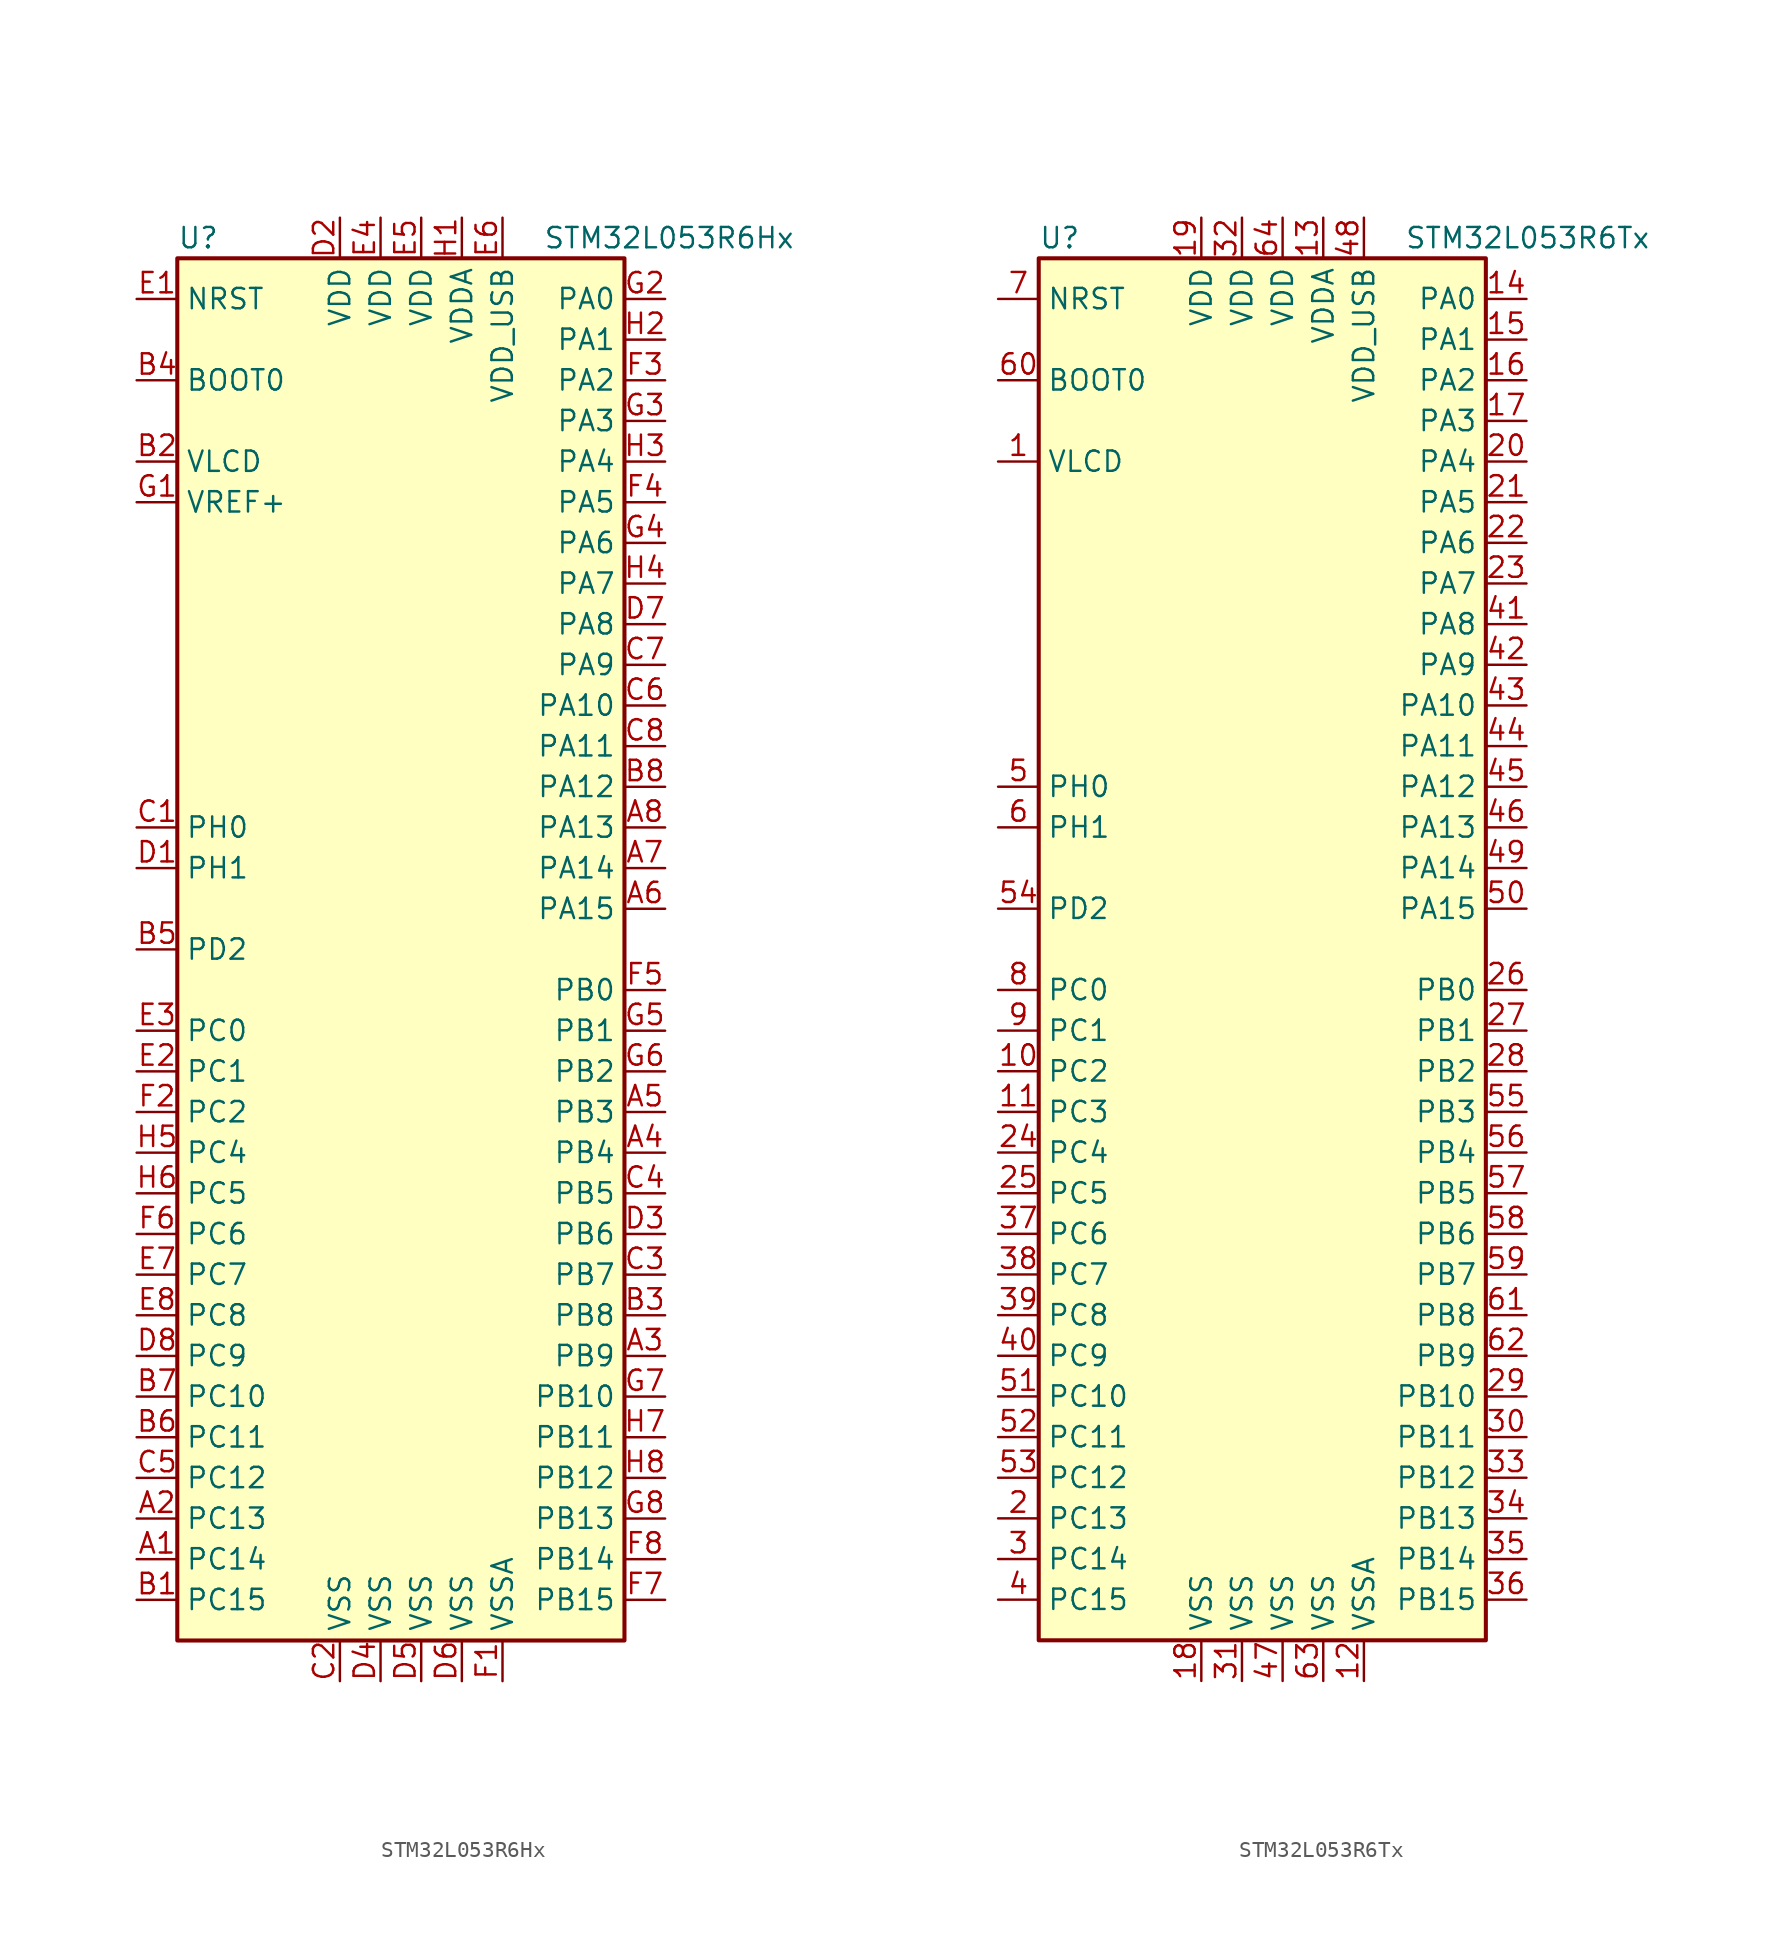
<source format=kicad_sym>
(kicad_symbol_lib
  (version 20211014)
  (generator kicad_symbol_editor)
  (symbol "STM32L053R6Hx"
    (property "Reference" "U"
      (at -15.24 44.45 0)
      (effects (font (size 1.27 1.27)) (justify left)))
    (property "Value" "STM32L053R6Hx"
      (at 7.62 44.45 0)
      (effects (font (size 1.27 1.27)) (justify left)))
    (symbol "STM32L053R6Hx_0_1"
      (rectangle (start -15.24 -43.18) (end 12.7 43.18) (stroke (width 0.254) (type default) (color 0 0 0 0)) (fill (type background))))
    (symbol "STM32L053R6Hx_1_1"
      (pin bidirectional line (at -17.78 -38.1 0) (length 2.54) (name "PC14" (effects (font (size 1.27 1.27)))) (number "A1" (effects (font (size 1.27 1.27)))))
      (pin bidirectional line (at -17.78 -35.56 0) (length 2.54) (name "PC13" (effects (font (size 1.27 1.27)))) (number "A2" (effects (font (size 1.27 1.27)))))
      (pin bidirectional line (at 15.24 -25.4 180) (length 2.54) (name "PB9" (effects (font (size 1.27 1.27)))) (number "A3" (effects (font (size 1.27 1.27)))))
      (pin bidirectional line (at 15.24 -12.7 180) (length 2.54) (name "PB4" (effects (font (size 1.27 1.27)))) (number "A4" (effects (font (size 1.27 1.27)))))
      (pin bidirectional line (at 15.24 -10.16 180) (length 2.54) (name "PB3" (effects (font (size 1.27 1.27)))) (number "A5" (effects (font (size 1.27 1.27)))))
      (pin bidirectional line (at 15.24 2.54 180) (length 2.54) (name "PA15" (effects (font (size 1.27 1.27)))) (number "A6" (effects (font (size 1.27 1.27)))))
      (pin bidirectional line (at 15.24 5.08 180) (length 2.54) (name "PA14" (effects (font (size 1.27 1.27)))) (number "A7" (effects (font (size 1.27 1.27)))))
      (pin bidirectional line (at 15.24 7.62 180) (length 2.54) (name "PA13" (effects (font (size 1.27 1.27)))) (number "A8" (effects (font (size 1.27 1.27)))))
      (pin bidirectional line (at -17.78 -40.64 0) (length 2.54) (name "PC15" (effects (font (size 1.27 1.27)))) (number "B1" (effects (font (size 1.27 1.27)))))
      (pin power_in line (at -17.78 30.48 0) (length 2.54) (name "VLCD" (effects (font (size 1.27 1.27)))) (number "B2" (effects (font (size 1.27 1.27)))))
      (pin bidirectional line (at 15.24 -22.86 180) (length 2.54) (name "PB8" (effects (font (size 1.27 1.27)))) (number "B3" (effects (font (size 1.27 1.27)))))
      (pin input line (at -17.78 35.56 0) (length 2.54) (name "BOOT0" (effects (font (size 1.27 1.27)))) (number "B4" (effects (font (size 1.27 1.27)))))
      (pin bidirectional line (at -17.78 0 0) (length 2.54) (name "PD2" (effects (font (size 1.27 1.27)))) (number "B5" (effects (font (size 1.27 1.27)))))
      (pin bidirectional line (at -17.78 -30.48 0) (length 2.54) (name "PC11" (effects (font (size 1.27 1.27)))) (number "B6" (effects (font (size 1.27 1.27)))))
      (pin bidirectional line (at -17.78 -27.94 0) (length 2.54) (name "PC10" (effects (font (size 1.27 1.27)))) (number "B7" (effects (font (size 1.27 1.27)))))
      (pin bidirectional line (at 15.24 10.16 180) (length 2.54) (name "PA12" (effects (font (size 1.27 1.27)))) (number "B8" (effects (font (size 1.27 1.27)))))
      (pin input line (at -17.78 7.62 0) (length 2.54) (name "PH0" (effects (font (size 1.27 1.27)))) (number "C1" (effects (font (size 1.27 1.27)))))
      (pin power_in line (at -5.08 -45.72 90) (length 2.54) (name "VSS" (effects (font (size 1.27 1.27)))) (number "C2" (effects (font (size 1.27 1.27)))))
      (pin bidirectional line (at 15.24 -20.32 180) (length 2.54) (name "PB7" (effects (font (size 1.27 1.27)))) (number "C3" (effects (font (size 1.27 1.27)))))
      (pin bidirectional line (at 15.24 -15.24 180) (length 2.54) (name "PB5" (effects (font (size 1.27 1.27)))) (number "C4" (effects (font (size 1.27 1.27)))))
      (pin bidirectional line (at -17.78 -33.02 0) (length 2.54) (name "PC12" (effects (font (size 1.27 1.27)))) (number "C5" (effects (font (size 1.27 1.27)))))
      (pin bidirectional line (at 15.24 15.24 180) (length 2.54) (name "PA10" (effects (font (size 1.27 1.27)))) (number "C6" (effects (font (size 1.27 1.27)))))
      (pin bidirectional line (at 15.24 17.78 180) (length 2.54) (name "PA9" (effects (font (size 1.27 1.27)))) (number "C7" (effects (font (size 1.27 1.27)))))
      (pin bidirectional line (at 15.24 12.7 180) (length 2.54) (name "PA11" (effects (font (size 1.27 1.27)))) (number "C8" (effects (font (size 1.27 1.27)))))
      (pin input line (at -17.78 5.08 0) (length 2.54) (name "PH1" (effects (font (size 1.27 1.27)))) (number "D1" (effects (font (size 1.27 1.27)))))
      (pin power_in line (at -5.08 45.72 270) (length 2.54) (name "VDD" (effects (font (size 1.27 1.27)))) (number "D2" (effects (font (size 1.27 1.27)))))
      (pin bidirectional line (at 15.24 -17.78 180) (length 2.54) (name "PB6" (effects (font (size 1.27 1.27)))) (number "D3" (effects (font (size 1.27 1.27)))))
      (pin power_in line (at -2.54 -45.72 90) (length 2.54) (name "VSS" (effects (font (size 1.27 1.27)))) (number "D4" (effects (font (size 1.27 1.27)))))
      (pin power_in line (at 0 -45.72 90) (length 2.54) (name "VSS" (effects (font (size 1.27 1.27)))) (number "D5" (effects (font (size 1.27 1.27)))))
      (pin power_in line (at 2.54 -45.72 90) (length 2.54) (name "VSS" (effects (font (size 1.27 1.27)))) (number "D6" (effects (font (size 1.27 1.27)))))
      (pin bidirectional line (at 15.24 20.32 180) (length 2.54) (name "PA8" (effects (font (size 1.27 1.27)))) (number "D7" (effects (font (size 1.27 1.27)))))
      (pin bidirectional line (at -17.78 -25.4 0) (length 2.54) (name "PC9" (effects (font (size 1.27 1.27)))) (number "D8" (effects (font (size 1.27 1.27)))))
      (pin input line (at -17.78 40.64 0) (length 2.54) (name "NRST" (effects (font (size 1.27 1.27)))) (number "E1" (effects (font (size 1.27 1.27)))))
      (pin bidirectional line (at -17.78 -7.62 0) (length 2.54) (name "PC1" (effects (font (size 1.27 1.27)))) (number "E2" (effects (font (size 1.27 1.27)))))
      (pin bidirectional line (at -17.78 -5.08 0) (length 2.54) (name "PC0" (effects (font (size 1.27 1.27)))) (number "E3" (effects (font (size 1.27 1.27)))))
      (pin power_in line (at -2.54 45.72 270) (length 2.54) (name "VDD" (effects (font (size 1.27 1.27)))) (number "E4" (effects (font (size 1.27 1.27)))))
      (pin power_in line (at 0 45.72 270) (length 2.54) (name "VDD" (effects (font (size 1.27 1.27)))) (number "E5" (effects (font (size 1.27 1.27)))))
      (pin power_in line (at 5.08 45.72 270) (length 2.54) (name "VDD_USB" (effects (font (size 1.27 1.27)))) (number "E6" (effects (font (size 1.27 1.27)))))
      (pin bidirectional line (at -17.78 -20.32 0) (length 2.54) (name "PC7" (effects (font (size 1.27 1.27)))) (number "E7" (effects (font (size 1.27 1.27)))))
      (pin bidirectional line (at -17.78 -22.86 0) (length 2.54) (name "PC8" (effects (font (size 1.27 1.27)))) (number "E8" (effects (font (size 1.27 1.27)))))
      (pin power_in line (at 5.08 -45.72 90) (length 2.54) (name "VSSA" (effects (font (size 1.27 1.27)))) (number "F1" (effects (font (size 1.27 1.27)))))
      (pin bidirectional line (at -17.78 -10.16 0) (length 2.54) (name "PC2" (effects (font (size 1.27 1.27)))) (number "F2" (effects (font (size 1.27 1.27)))))
      (pin bidirectional line (at 15.24 35.56 180) (length 2.54) (name "PA2" (effects (font (size 1.27 1.27)))) (number "F3" (effects (font (size 1.27 1.27)))))
      (pin bidirectional line (at 15.24 27.94 180) (length 2.54) (name "PA5" (effects (font (size 1.27 1.27)))) (number "F4" (effects (font (size 1.27 1.27)))))
      (pin bidirectional line (at 15.24 -2.54 180) (length 2.54) (name "PB0" (effects (font (size 1.27 1.27)))) (number "F5" (effects (font (size 1.27 1.27)))))
      (pin bidirectional line (at -17.78 -17.78 0) (length 2.54) (name "PC6" (effects (font (size 1.27 1.27)))) (number "F6" (effects (font (size 1.27 1.27)))))
      (pin bidirectional line (at 15.24 -40.64 180) (length 2.54) (name "PB15" (effects (font (size 1.27 1.27)))) (number "F7" (effects (font (size 1.27 1.27)))))
      (pin bidirectional line (at 15.24 -38.1 180) (length 2.54) (name "PB14" (effects (font (size 1.27 1.27)))) (number "F8" (effects (font (size 1.27 1.27)))))
      (pin power_in line (at -17.78 27.94 0) (length 2.54) (name "VREF+" (effects (font (size 1.27 1.27)))) (number "G1" (effects (font (size 1.27 1.27)))))
      (pin bidirectional line (at 15.24 40.64 180) (length 2.54) (name "PA0" (effects (font (size 1.27 1.27)))) (number "G2" (effects (font (size 1.27 1.27)))))
      (pin bidirectional line (at 15.24 33.02 180) (length 2.54) (name "PA3" (effects (font (size 1.27 1.27)))) (number "G3" (effects (font (size 1.27 1.27)))))
      (pin bidirectional line (at 15.24 25.4 180) (length 2.54) (name "PA6" (effects (font (size 1.27 1.27)))) (number "G4" (effects (font (size 1.27 1.27)))))
      (pin bidirectional line (at 15.24 -5.08 180) (length 2.54) (name "PB1" (effects (font (size 1.27 1.27)))) (number "G5" (effects (font (size 1.27 1.27)))))
      (pin bidirectional line (at 15.24 -7.62 180) (length 2.54) (name "PB2" (effects (font (size 1.27 1.27)))) (number "G6" (effects (font (size 1.27 1.27)))))
      (pin bidirectional line (at 15.24 -27.94 180) (length 2.54) (name "PB10" (effects (font (size 1.27 1.27)))) (number "G7" (effects (font (size 1.27 1.27)))))
      (pin bidirectional line (at 15.24 -35.56 180) (length 2.54) (name "PB13" (effects (font (size 1.27 1.27)))) (number "G8" (effects (font (size 1.27 1.27)))))
      (pin power_in line (at 2.54 45.72 270) (length 2.54) (name "VDDA" (effects (font (size 1.27 1.27)))) (number "H1" (effects (font (size 1.27 1.27)))))
      (pin bidirectional line (at 15.24 38.1 180) (length 2.54) (name "PA1" (effects (font (size 1.27 1.27)))) (number "H2" (effects (font (size 1.27 1.27)))))
      (pin bidirectional line (at 15.24 30.48 180) (length 2.54) (name "PA4" (effects (font (size 1.27 1.27)))) (number "H3" (effects (font (size 1.27 1.27)))))
      (pin bidirectional line (at 15.24 22.86 180) (length 2.54) (name "PA7" (effects (font (size 1.27 1.27)))) (number "H4" (effects (font (size 1.27 1.27)))))
      (pin bidirectional line (at -17.78 -12.7 0) (length 2.54) (name "PC4" (effects (font (size 1.27 1.27)))) (number "H5" (effects (font (size 1.27 1.27)))))
      (pin bidirectional line (at -17.78 -15.24 0) (length 2.54) (name "PC5" (effects (font (size 1.27 1.27)))) (number "H6" (effects (font (size 1.27 1.27)))))
      (pin bidirectional line (at 15.24 -30.48 180) (length 2.54) (name "PB11" (effects (font (size 1.27 1.27)))) (number "H7" (effects (font (size 1.27 1.27)))))
      (pin bidirectional line (at 15.24 -33.02 180) (length 2.54) (name "PB12" (effects (font (size 1.27 1.27)))) (number "H8" (effects (font (size 1.27 1.27)))))))
  (symbol "STM32L053R6Tx"
    (property "Reference" "U"
      (at -15.24 44.45 0)
      (effects (font (size 1.27 1.27)) (justify left)))
    (property "Value" "STM32L053R6Tx"
      (at 7.62 44.45 0)
      (effects (font (size 1.27 1.27)) (justify left)))
    (symbol "STM32L053R6Tx_0_1"
      (rectangle (start -15.24 -43.18) (end 12.7 43.18) (stroke (width 0.254) (type default) (color 0 0 0 0)) (fill (type background))))
    (symbol "STM32L053R6Tx_1_1"
      (pin power_in line (at -17.78 30.48 0) (length 2.54) (name "VLCD" (effects (font (size 1.27 1.27)))) (number "1" (effects (font (size 1.27 1.27)))))
      (pin bidirectional line (at -17.78 -7.62 0) (length 2.54) (name "PC2" (effects (font (size 1.27 1.27)))) (number "10" (effects (font (size 1.27 1.27)))))
      (pin bidirectional line (at -17.78 -10.16 0) (length 2.54) (name "PC3" (effects (font (size 1.27 1.27)))) (number "11" (effects (font (size 1.27 1.27)))))
      (pin power_in line (at 5.08 -45.72 90) (length 2.54) (name "VSSA" (effects (font (size 1.27 1.27)))) (number "12" (effects (font (size 1.27 1.27)))))
      (pin power_in line (at 2.54 45.72 270) (length 2.54) (name "VDDA" (effects (font (size 1.27 1.27)))) (number "13" (effects (font (size 1.27 1.27)))))
      (pin bidirectional line (at 15.24 40.64 180) (length 2.54) (name "PA0" (effects (font (size 1.27 1.27)))) (number "14" (effects (font (size 1.27 1.27)))))
      (pin bidirectional line (at 15.24 38.1 180) (length 2.54) (name "PA1" (effects (font (size 1.27 1.27)))) (number "15" (effects (font (size 1.27 1.27)))))
      (pin bidirectional line (at 15.24 35.56 180) (length 2.54) (name "PA2" (effects (font (size 1.27 1.27)))) (number "16" (effects (font (size 1.27 1.27)))))
      (pin bidirectional line (at 15.24 33.02 180) (length 2.54) (name "PA3" (effects (font (size 1.27 1.27)))) (number "17" (effects (font (size 1.27 1.27)))))
      (pin power_in line (at -5.08 -45.72 90) (length 2.54) (name "VSS" (effects (font (size 1.27 1.27)))) (number "18" (effects (font (size 1.27 1.27)))))
      (pin power_in line (at -5.08 45.72 270) (length 2.54) (name "VDD" (effects (font (size 1.27 1.27)))) (number "19" (effects (font (size 1.27 1.27)))))
      (pin bidirectional line (at -17.78 -35.56 0) (length 2.54) (name "PC13" (effects (font (size 1.27 1.27)))) (number "2" (effects (font (size 1.27 1.27)))))
      (pin bidirectional line (at 15.24 30.48 180) (length 2.54) (name "PA4" (effects (font (size 1.27 1.27)))) (number "20" (effects (font (size 1.27 1.27)))))
      (pin bidirectional line (at 15.24 27.94 180) (length 2.54) (name "PA5" (effects (font (size 1.27 1.27)))) (number "21" (effects (font (size 1.27 1.27)))))
      (pin bidirectional line (at 15.24 25.4 180) (length 2.54) (name "PA6" (effects (font (size 1.27 1.27)))) (number "22" (effects (font (size 1.27 1.27)))))
      (pin bidirectional line (at 15.24 22.86 180) (length 2.54) (name "PA7" (effects (font (size 1.27 1.27)))) (number "23" (effects (font (size 1.27 1.27)))))
      (pin bidirectional line (at -17.78 -12.7 0) (length 2.54) (name "PC4" (effects (font (size 1.27 1.27)))) (number "24" (effects (font (size 1.27 1.27)))))
      (pin bidirectional line (at -17.78 -15.24 0) (length 2.54) (name "PC5" (effects (font (size 1.27 1.27)))) (number "25" (effects (font (size 1.27 1.27)))))
      (pin bidirectional line (at 15.24 -2.54 180) (length 2.54) (name "PB0" (effects (font (size 1.27 1.27)))) (number "26" (effects (font (size 1.27 1.27)))))
      (pin bidirectional line (at 15.24 -5.08 180) (length 2.54) (name "PB1" (effects (font (size 1.27 1.27)))) (number "27" (effects (font (size 1.27 1.27)))))
      (pin bidirectional line (at 15.24 -7.62 180) (length 2.54) (name "PB2" (effects (font (size 1.27 1.27)))) (number "28" (effects (font (size 1.27 1.27)))))
      (pin bidirectional line (at 15.24 -27.94 180) (length 2.54) (name "PB10" (effects (font (size 1.27 1.27)))) (number "29" (effects (font (size 1.27 1.27)))))
      (pin bidirectional line (at -17.78 -38.1 0) (length 2.54) (name "PC14" (effects (font (size 1.27 1.27)))) (number "3" (effects (font (size 1.27 1.27)))))
      (pin bidirectional line (at 15.24 -30.48 180) (length 2.54) (name "PB11" (effects (font (size 1.27 1.27)))) (number "30" (effects (font (size 1.27 1.27)))))
      (pin power_in line (at -2.54 -45.72 90) (length 2.54) (name "VSS" (effects (font (size 1.27 1.27)))) (number "31" (effects (font (size 1.27 1.27)))))
      (pin power_in line (at -2.54 45.72 270) (length 2.54) (name "VDD" (effects (font (size 1.27 1.27)))) (number "32" (effects (font (size 1.27 1.27)))))
      (pin bidirectional line (at 15.24 -33.02 180) (length 2.54) (name "PB12" (effects (font (size 1.27 1.27)))) (number "33" (effects (font (size 1.27 1.27)))))
      (pin bidirectional line (at 15.24 -35.56 180) (length 2.54) (name "PB13" (effects (font (size 1.27 1.27)))) (number "34" (effects (font (size 1.27 1.27)))))
      (pin bidirectional line (at 15.24 -38.1 180) (length 2.54) (name "PB14" (effects (font (size 1.27 1.27)))) (number "35" (effects (font (size 1.27 1.27)))))
      (pin bidirectional line (at 15.24 -40.64 180) (length 2.54) (name "PB15" (effects (font (size 1.27 1.27)))) (number "36" (effects (font (size 1.27 1.27)))))
      (pin bidirectional line (at -17.78 -17.78 0) (length 2.54) (name "PC6" (effects (font (size 1.27 1.27)))) (number "37" (effects (font (size 1.27 1.27)))))
      (pin bidirectional line (at -17.78 -20.32 0) (length 2.54) (name "PC7" (effects (font (size 1.27 1.27)))) (number "38" (effects (font (size 1.27 1.27)))))
      (pin bidirectional line (at -17.78 -22.86 0) (length 2.54) (name "PC8" (effects (font (size 1.27 1.27)))) (number "39" (effects (font (size 1.27 1.27)))))
      (pin bidirectional line (at -17.78 -40.64 0) (length 2.54) (name "PC15" (effects (font (size 1.27 1.27)))) (number "4" (effects (font (size 1.27 1.27)))))
      (pin bidirectional line (at -17.78 -25.4 0) (length 2.54) (name "PC9" (effects (font (size 1.27 1.27)))) (number "40" (effects (font (size 1.27 1.27)))))
      (pin bidirectional line (at 15.24 20.32 180) (length 2.54) (name "PA8" (effects (font (size 1.27 1.27)))) (number "41" (effects (font (size 1.27 1.27)))))
      (pin bidirectional line (at 15.24 17.78 180) (length 2.54) (name "PA9" (effects (font (size 1.27 1.27)))) (number "42" (effects (font (size 1.27 1.27)))))
      (pin bidirectional line (at 15.24 15.24 180) (length 2.54) (name "PA10" (effects (font (size 1.27 1.27)))) (number "43" (effects (font (size 1.27 1.27)))))
      (pin bidirectional line (at 15.24 12.7 180) (length 2.54) (name "PA11" (effects (font (size 1.27 1.27)))) (number "44" (effects (font (size 1.27 1.27)))))
      (pin bidirectional line (at 15.24 10.16 180) (length 2.54) (name "PA12" (effects (font (size 1.27 1.27)))) (number "45" (effects (font (size 1.27 1.27)))))
      (pin bidirectional line (at 15.24 7.62 180) (length 2.54) (name "PA13" (effects (font (size 1.27 1.27)))) (number "46" (effects (font (size 1.27 1.27)))))
      (pin power_in line (at 0 -45.72 90) (length 2.54) (name "VSS" (effects (font (size 1.27 1.27)))) (number "47" (effects (font (size 1.27 1.27)))))
      (pin power_in line (at 5.08 45.72 270) (length 2.54) (name "VDD_USB" (effects (font (size 1.27 1.27)))) (number "48" (effects (font (size 1.27 1.27)))))
      (pin bidirectional line (at 15.24 5.08 180) (length 2.54) (name "PA14" (effects (font (size 1.27 1.27)))) (number "49" (effects (font (size 1.27 1.27)))))
      (pin input line (at -17.78 10.16 0) (length 2.54) (name "PH0" (effects (font (size 1.27 1.27)))) (number "5" (effects (font (size 1.27 1.27)))))
      (pin bidirectional line (at 15.24 2.54 180) (length 2.54) (name "PA15" (effects (font (size 1.27 1.27)))) (number "50" (effects (font (size 1.27 1.27)))))
      (pin bidirectional line (at -17.78 -27.94 0) (length 2.54) (name "PC10" (effects (font (size 1.27 1.27)))) (number "51" (effects (font (size 1.27 1.27)))))
      (pin bidirectional line (at -17.78 -30.48 0) (length 2.54) (name "PC11" (effects (font (size 1.27 1.27)))) (number "52" (effects (font (size 1.27 1.27)))))
      (pin bidirectional line (at -17.78 -33.02 0) (length 2.54) (name "PC12" (effects (font (size 1.27 1.27)))) (number "53" (effects (font (size 1.27 1.27)))))
      (pin bidirectional line (at -17.78 2.54 0) (length 2.54) (name "PD2" (effects (font (size 1.27 1.27)))) (number "54" (effects (font (size 1.27 1.27)))))
      (pin bidirectional line (at 15.24 -10.16 180) (length 2.54) (name "PB3" (effects (font (size 1.27 1.27)))) (number "55" (effects (font (size 1.27 1.27)))))
      (pin bidirectional line (at 15.24 -12.7 180) (length 2.54) (name "PB4" (effects (font (size 1.27 1.27)))) (number "56" (effects (font (size 1.27 1.27)))))
      (pin bidirectional line (at 15.24 -15.24 180) (length 2.54) (name "PB5" (effects (font (size 1.27 1.27)))) (number "57" (effects (font (size 1.27 1.27)))))
      (pin bidirectional line (at 15.24 -17.78 180) (length 2.54) (name "PB6" (effects (font (size 1.27 1.27)))) (number "58" (effects (font (size 1.27 1.27)))))
      (pin bidirectional line (at 15.24 -20.32 180) (length 2.54) (name "PB7" (effects (font (size 1.27 1.27)))) (number "59" (effects (font (size 1.27 1.27)))))
      (pin input line (at -17.78 7.62 0) (length 2.54) (name "PH1" (effects (font (size 1.27 1.27)))) (number "6" (effects (font (size 1.27 1.27)))))
      (pin input line (at -17.78 35.56 0) (length 2.54) (name "BOOT0" (effects (font (size 1.27 1.27)))) (number "60" (effects (font (size 1.27 1.27)))))
      (pin bidirectional line (at 15.24 -22.86 180) (length 2.54) (name "PB8" (effects (font (size 1.27 1.27)))) (number "61" (effects (font (size 1.27 1.27)))))
      (pin bidirectional line (at 15.24 -25.4 180) (length 2.54) (name "PB9" (effects (font (size 1.27 1.27)))) (number "62" (effects (font (size 1.27 1.27)))))
      (pin power_in line (at 2.54 -45.72 90) (length 2.54) (name "VSS" (effects (font (size 1.27 1.27)))) (number "63" (effects (font (size 1.27 1.27)))))
      (pin power_in line (at 0 45.72 270) (length 2.54) (name "VDD" (effects (font (size 1.27 1.27)))) (number "64" (effects (font (size 1.27 1.27)))))
      (pin input line (at -17.78 40.64 0) (length 2.54) (name "NRST" (effects (font (size 1.27 1.27)))) (number "7" (effects (font (size 1.27 1.27)))))
      (pin bidirectional line (at -17.78 -2.54 0) (length 2.54) (name "PC0" (effects (font (size 1.27 1.27)))) (number "8" (effects (font (size 1.27 1.27)))))
      (pin bidirectional line (at -17.78 -5.08 0) (length 2.54) (name "PC1" (effects (font (size 1.27 1.27)))) (number "9" (effects (font (size 1.27 1.27))))))))
</source>
